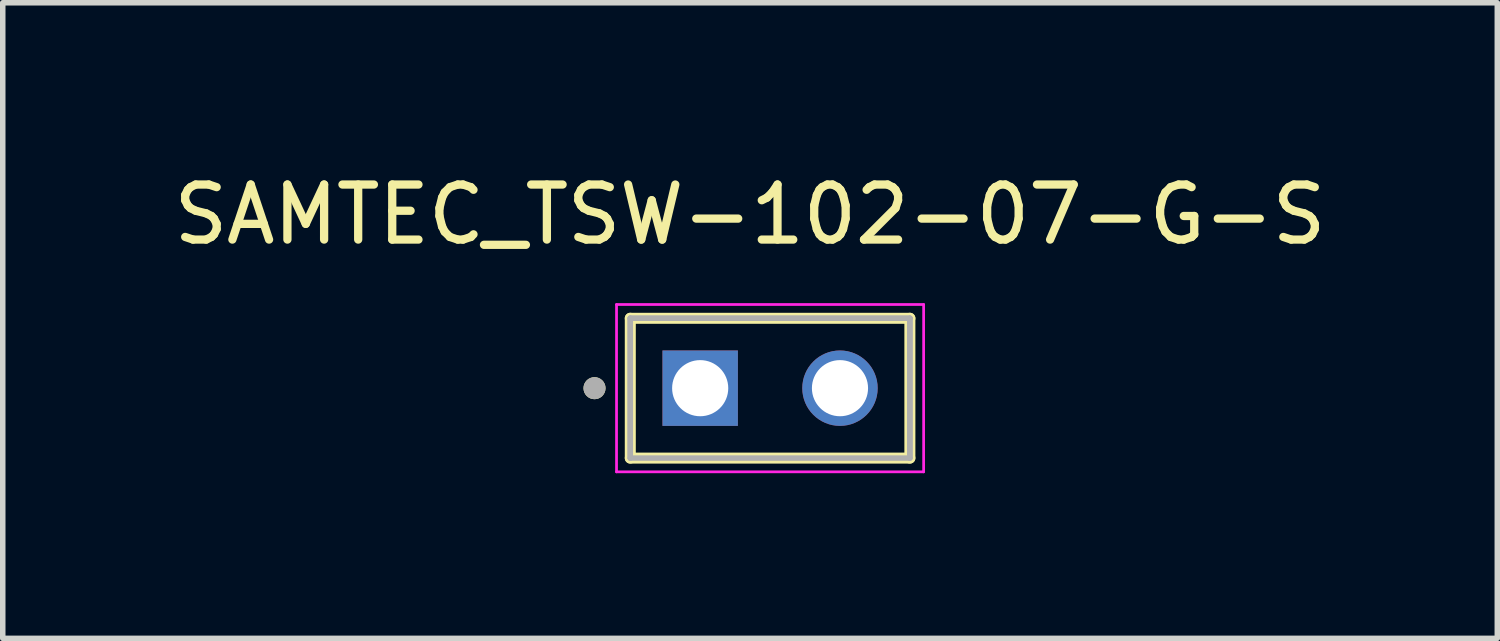
<source format=kicad_pcb>
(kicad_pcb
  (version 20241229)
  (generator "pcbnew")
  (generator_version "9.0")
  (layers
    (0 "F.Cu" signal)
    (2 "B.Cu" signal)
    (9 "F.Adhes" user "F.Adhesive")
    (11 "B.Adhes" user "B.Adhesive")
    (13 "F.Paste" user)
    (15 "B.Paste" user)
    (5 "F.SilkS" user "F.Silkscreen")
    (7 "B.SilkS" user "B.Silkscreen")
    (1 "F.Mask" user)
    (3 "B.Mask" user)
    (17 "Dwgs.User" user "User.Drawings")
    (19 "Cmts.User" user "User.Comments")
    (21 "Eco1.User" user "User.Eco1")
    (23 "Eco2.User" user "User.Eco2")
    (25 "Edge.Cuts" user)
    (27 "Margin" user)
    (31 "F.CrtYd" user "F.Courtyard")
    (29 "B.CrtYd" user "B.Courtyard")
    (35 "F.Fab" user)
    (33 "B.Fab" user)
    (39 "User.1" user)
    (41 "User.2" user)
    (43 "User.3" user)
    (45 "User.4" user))
  (footprint "SAMTEC_TSW-102-07-G-S"
    (layer "F.Cu")
    (at 10.942 4.003)
    (property "Reference" "SAMTEC_TSW-102-07-G-S" (at -0.365 -3.155 0) (layer "F.SilkS") (effects (font (size 1 1) (thickness 0.15))))
    (attr through_hole)
    (fp_line (start -2.54 1.27) (end -2.54 -1.27) (stroke (width 0.2) (type solid)) (layer "F.SilkS"))
    (fp_line (start 2.54 -1.27) (end -2.54 -1.27) (stroke (width 0.2) (type solid)) (layer "F.SilkS"))
    (fp_line (start 2.54 -1.27) (end 2.54 1.27) (stroke (width 0.2) (type solid)) (layer "F.SilkS"))
    (fp_line (start 2.54 1.27) (end -2.54 1.27) (stroke (width 0.2) (type solid)) (layer "F.SilkS"))
    (fp_circle (center -3.19 0) (end -3.09 0) (stroke (width 0.2) (type solid)) (fill no) (layer "F.SilkS"))
    (fp_line (start -2.79 -1.52) (end 2.79 -1.52) (stroke (width 0.05) (type solid)) (layer "F.CrtYd"))
    (fp_line (start -2.79 1.52) (end -2.79 -1.52) (stroke (width 0.05) (type solid)) (layer "F.CrtYd"))
    (fp_line (start 2.79 -1.52) (end 2.79 1.52) (stroke (width 0.05) (type solid)) (layer "F.CrtYd"))
    (fp_line (start 2.79 1.52) (end -2.79 1.52) (stroke (width 0.05) (type solid)) (layer "F.CrtYd"))
    (fp_line (start -2.54 -1.27) (end 2.54 -1.27) (stroke (width 0.1) (type solid)) (layer "F.Fab"))
    (fp_line (start -2.54 -1.27) (end 2.54 -1.27) (stroke (width 0.1) (type solid)) (layer "F.Fab"))
    (fp_line (start -2.54 1.27) (end -2.54 -1.27) (stroke (width 0.1) (type solid)) (layer "F.Fab"))
    (fp_line (start -2.54 1.27) (end -2.54 -1.27) (stroke (width 0.1) (type solid)) (layer "F.Fab"))
    (fp_line (start 2.54 -1.27) (end 2.54 1.27) (stroke (width 0.1) (type solid)) (layer "F.Fab"))
    (fp_line (start 2.54 -1.27) (end 2.54 1.27) (stroke (width 0.1) (type solid)) (layer "F.Fab"))
    (fp_line (start 2.54 1.27) (end -2.54 1.27) (stroke (width 0.1) (type solid)) (layer "F.Fab"))
    (fp_circle (center -3.19 0) (end -3.09 0) (stroke (width 0.2) (type solid)) (fill no) (layer "F.Fab"))
    (pad "01" thru_hole rect (at -1.27 0) (size 1.37 1.37) (drill 1.02) (layers "*.Cu" "*.Mask"))
    (pad "02" thru_hole circle (at 1.27 0) (size 1.37 1.37) (drill 1.02) (layers "*.Cu" "*.Mask")))
  (gr_rect
    (start -3 -3)
    (end 24.155 8.548)
    (stroke (width 0.1) (type default))
    (fill no)
    (layer "Edge.Cuts")))
</source>
